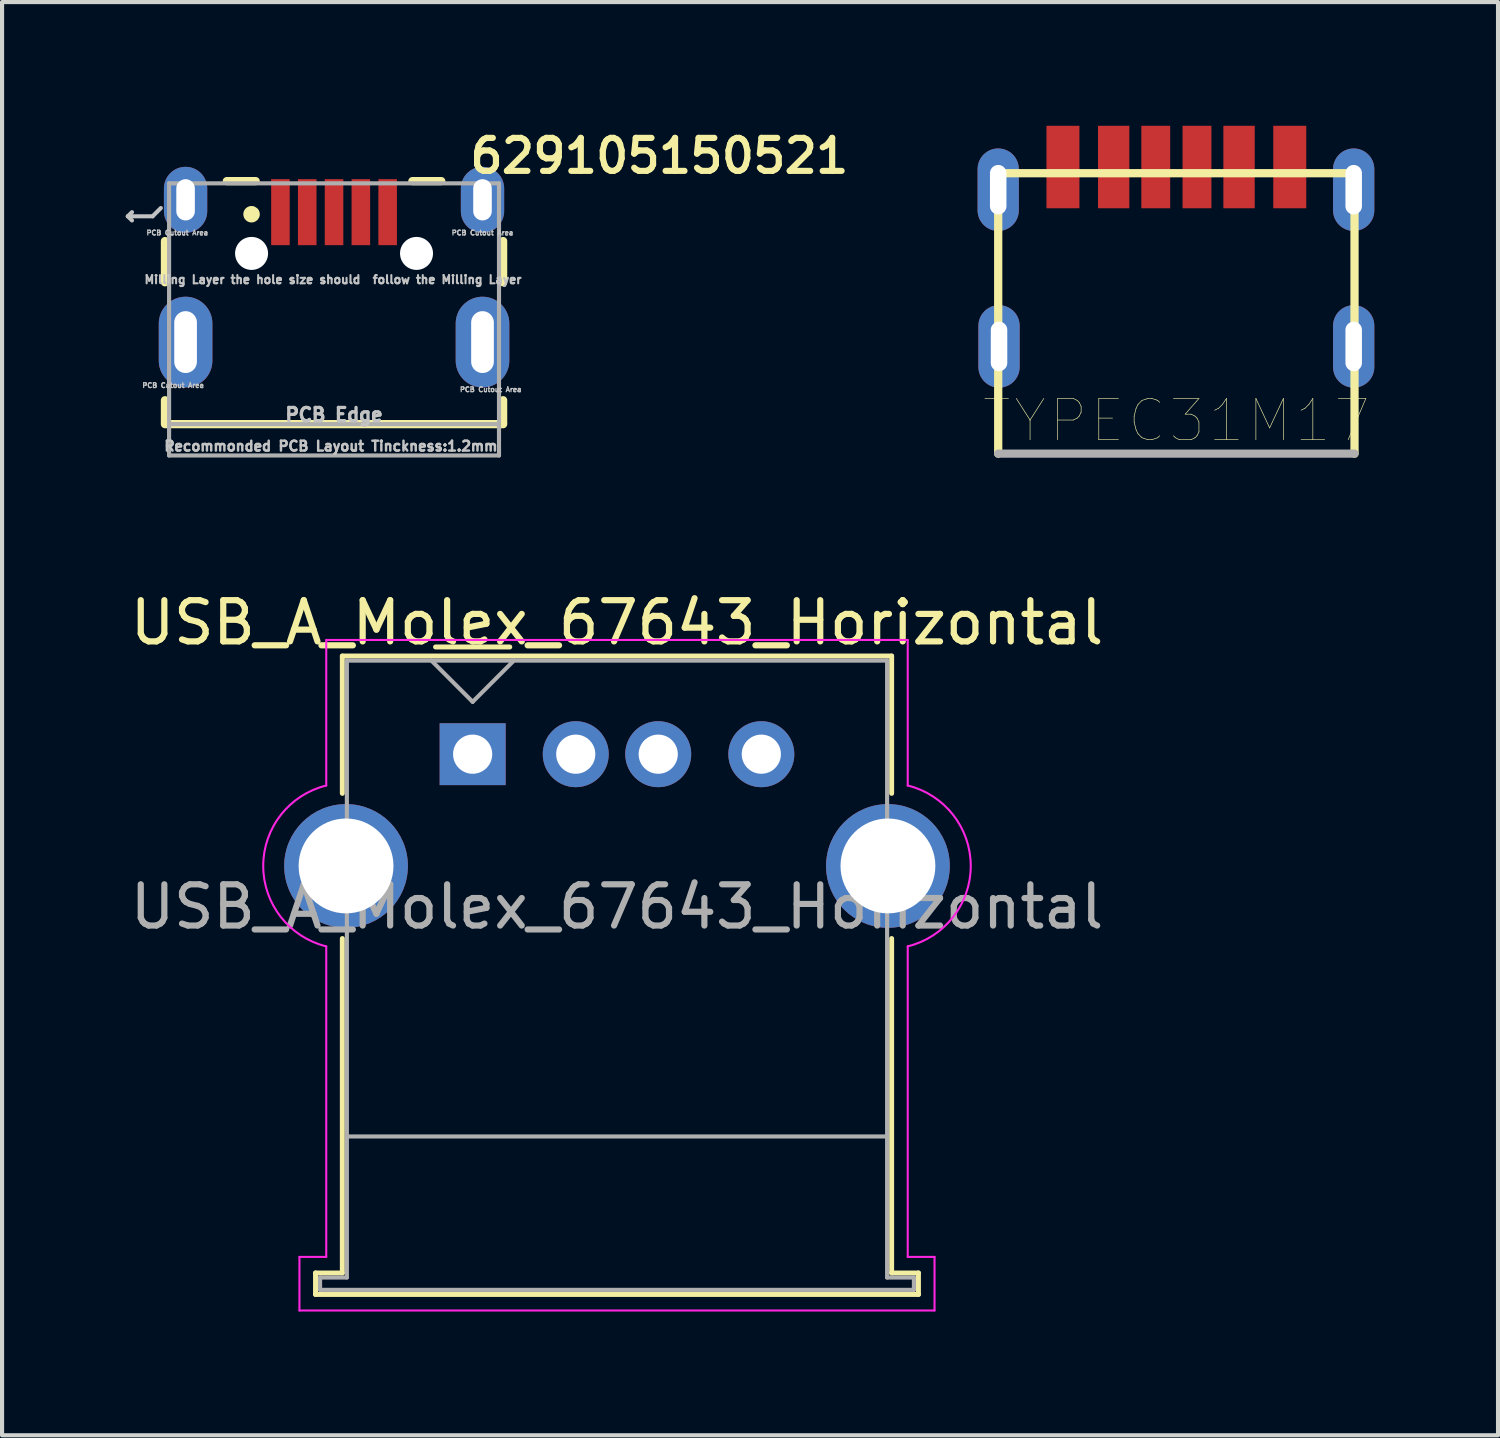
<source format=kicad_pcb>
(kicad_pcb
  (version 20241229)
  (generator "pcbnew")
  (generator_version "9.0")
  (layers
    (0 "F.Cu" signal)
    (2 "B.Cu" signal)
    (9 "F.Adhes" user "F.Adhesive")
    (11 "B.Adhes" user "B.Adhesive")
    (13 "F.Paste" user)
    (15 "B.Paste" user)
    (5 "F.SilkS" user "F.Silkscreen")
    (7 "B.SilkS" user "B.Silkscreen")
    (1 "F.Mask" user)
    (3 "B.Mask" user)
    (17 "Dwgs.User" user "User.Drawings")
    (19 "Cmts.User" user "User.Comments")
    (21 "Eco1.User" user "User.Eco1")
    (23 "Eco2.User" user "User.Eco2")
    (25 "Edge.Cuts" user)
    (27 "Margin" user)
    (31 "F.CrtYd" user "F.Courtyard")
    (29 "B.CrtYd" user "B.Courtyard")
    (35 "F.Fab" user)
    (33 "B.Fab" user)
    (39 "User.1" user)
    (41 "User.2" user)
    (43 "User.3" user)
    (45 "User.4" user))
  (footprint "TYPEC31M17"
    (layer "F.Cu")
    (at 25.475 7.95)
    (property "Reference" "TYPEC31M17" (at 0 -0.8 0) (layer "F.SilkS") (effects (font (size 1 1) (thickness 0.015))))
    (attr through_hole)
    (fp_line (start -4.32 -6.8) (end 4.32 -6.8) (stroke (width 0.2) (type solid)) (layer "F.SilkS"))
    (fp_line (start -4.32 0) (end -4.32 -6.8) (stroke (width 0.2) (type solid)) (layer "F.SilkS"))
    (fp_line (start -4.32 0) (end 4.32 0) (stroke (width 0.1) (type solid)) (layer "F.SilkS"))
    (fp_line (start 4.32 -6.8) (end 4.32 0) (stroke (width 0.2) (type solid)) (layer "F.SilkS"))
    (fp_line (start 4.32 0) (end -4.32 0) (stroke (width 0.2) (type solid)) (layer "F.Fab"))
    (pad "A5" smd rect (at -0.5 -6.95) (size 0.7 2) (layers "F.Cu" "F.Mask" "F.Paste"))
    (pad "A9" smd rect (at 1.52 -6.95) (size 0.76 2) (layers "F.Cu" "F.Mask" "F.Paste"))
    (pad "A12" smd rect (at 2.75 -6.95) (size 0.8 2) (layers "F.Cu" "F.Mask" "F.Paste"))
    (pad "B5" smd rect (at 0.5 -6.95) (size 0.7 2) (layers "F.Cu" "F.Mask" "F.Paste"))
    (pad "B9" smd rect (at -1.52 -6.95) (size 0.76 2) (layers "F.Cu" "F.Mask" "F.Paste"))
    (pad "B12" smd rect (at -2.75 -6.95) (size 0.8 2) (layers "F.Cu" "F.Mask" "F.Paste"))
    (pad "S1" thru_hole oval (at -4.32 -6.4) (size 1 2) (drill oval 0.4 1.2) (layers "*.Cu" "*.Mask"))
    (pad "S1" thru_hole oval (at -4.3 -2.6) (size 1 2) (drill oval 0.4 1.2) (layers "*.Cu" "*.Mask"))
    (pad "S1" thru_hole oval (at 4.3 -6.4) (size 1 2) (drill oval 0.4 1.2) (layers "*.Cu" "*.Mask"))
    (pad "S1" thru_hole oval (at 4.3 -2.6) (size 1 2) (drill oval 0.4 1.2) (layers "*.Cu" "*.Mask")))
  (footprint "629105150521"
    (layer "F.Cu")
    (at 5.05 4.695)
    (property "Reference" "629105150521" (at 7.888 -3.964 0) (layer "F.SilkS") (effects (font (size 0.8 0.8) (thickness 0.15))))
    (attr through_hole)
    (fp_line (start -4.1 -1.9) (end -4.1 -0.9) (stroke (width 0.2) (type solid)) (layer "F.SilkS"))
    (fp_line (start -4.1 1.96) (end -4.1 2.51) (stroke (width 0.2) (type solid)) (layer "F.SilkS"))
    (fp_line (start -4.1 2.54) (end 4.1 2.54) (stroke (width 0.2) (type solid)) (layer "F.SilkS"))
    (fp_line (start -2.6 -3.353) (end -1.9 -3.353) (stroke (width 0.2) (type solid)) (layer "F.SilkS"))
    (fp_line (start 1.9 -3.353) (end 2.6 -3.353) (stroke (width 0.2) (type solid)) (layer "F.SilkS"))
    (fp_line (start 4.1 -0.9) (end 4.1 -1.9) (stroke (width 0.2) (type solid)) (layer "F.SilkS"))
    (fp_line (start 4.1 2.51) (end 4.1 1.96) (stroke (width 0.2) (type solid)) (layer "F.SilkS"))
    (fp_circle (center -2 -2.55) (end -1.9 -2.55) (stroke (width 0.2) (type solid)) (fill no) (layer "F.SilkS"))
    (fp_line (start -5 -2.5) (end -4.9 -2.6) (stroke (width 0.1) (type solid)) (layer "Dwgs.User"))
    (fp_line (start -5 -2.5) (end -4.9 -2.4) (stroke (width 0.1) (type solid)) (layer "Dwgs.User"))
    (fp_line (start -5 -2.5) (end -4.4 -2.5) (stroke (width 0.1) (type solid)) (layer "Dwgs.User"))
    (fp_line (start -4.4 -2.5) (end -4.2 -2.7) (stroke (width 0.1) (type solid)) (layer "Dwgs.User"))
    (fp_line (start -4 -3.3) (end 4 -3.3) (stroke (width 0.1) (type solid)) (layer "F.Fab"))
    (fp_line (start -4 2.54) (end 4 2.54) (stroke (width 0.1) (type solid)) (layer "F.Fab"))
    (fp_line (start -4 2.7) (end -4 -3.3) (stroke (width 0.1) (type solid)) (layer "F.Fab"))
    (fp_line (start -4 3.3) (end -4 2.7) (stroke (width 0.1) (type solid)) (layer "F.Fab"))
    (fp_line (start -4 3.3) (end 4 3.3) (stroke (width 0.1) (type solid)) (layer "F.Fab"))
    (fp_line (start 4 2.7) (end 4 -3.3) (stroke (width 0.1) (type solid)) (layer "F.Fab"))
    (fp_line (start 4 3.3) (end 4 2.7) (stroke (width 0.1) (type solid)) (layer "F.Fab"))
    (fp_text user "PCB Cutout Area" (at 3.8 1.7 0) (layer "Dwgs.User") (effects (font (size 0.118 0.118) (thickness 0.15))))
    (fp_text user "PCB Cutout Area" (at -3.8 -2.1 0) (layer "Dwgs.User") (effects (font (size 0.118 0.118) (thickness 0.15))))
    (fp_text user "PCB Cutout Area" (at -3.9 1.6 0) (layer "Dwgs.User") (effects (font (size 0.118 0.118) (thickness 0.15))))
    (fp_text user "Recommonded PCB Layout Tinckness:1.2mm" (at -0.076 3.073 0) (layer "Dwgs.User") (effects (font (size 0.24 0.24) (thickness 0.15))))
    (fp_text user "Milling Layer the hole size should  follow the Milling Layer" (at -0.025 -0.965 0) (layer "Dwgs.User") (effects (font (size 0.2 0.2) (thickness 0.15))))
    (fp_text user "PCB Cutout Area" (at 3.6 -2.1 0) (layer "Dwgs.User") (effects (font (size 0.118 0.118) (thickness 0.15))))
    (fp_text user "PCB Edge" (at 0 2.311 0) (layer "Dwgs.User") (effects (font (size 0.32 0.32) (thickness 0.15))))
    (pad "" np_thru_hole circle (at -2 -1.6) (size 0.8 0.8) (drill 0.8) (layers "*.Cu" "*.Mask"))
    (pad "" np_thru_hole circle (at 2 -1.6) (size 0.8 0.8) (drill 0.8) (layers "*.Cu" "*.Mask"))
    (pad "1" smd rect (at -1.3 -2.6) (size 0.45 1.6) (layers "F.Cu" "F.Mask" "F.Paste"))
    (pad "2" smd rect (at -0.65 -2.6) (size 0.45 1.6) (layers "F.Cu" "F.Mask" "F.Paste"))
    (pad "3" smd rect (at 0 -2.6) (size 0.45 1.6) (layers "F.Cu" "F.Mask" "F.Paste"))
    (pad "4" smd rect (at 0.65 -2.6) (size 0.45 1.6) (layers "F.Cu" "F.Mask" "F.Paste"))
    (pad "5" smd rect (at 1.3 -2.6) (size 0.45 1.6) (layers "F.Cu" "F.Mask" "F.Paste"))
    (pad "S1" thru_hole oval (at -3.6 0.55) (size 1.3 2.2) (drill oval 0.55 1.5) (layers "*.Cu"))
    (pad "S2" thru_hole oval (at 3.6 0.55) (size 1.3 2.2) (drill oval 0.55 1.5) (layers "*.Cu"))
    (pad "S3" thru_hole oval (at 3.6 -2.9) (size 1.05 1.6) (drill oval 0.45 1) (layers "*.Cu"))
    (pad "S4" thru_hole oval (at -3.6 -2.9) (size 1.05 1.6) (drill oval 0.45 1) (layers "*.Cu")))
  (footprint "USB_A_Molex_67643_Horizontal"
    (layer "F.Cu")
    (at 8.411 15.238)
    (property "Reference" "USB_A_Molex_67643_Horizontal" (at 3.5 -3.19 0) (layer "F.SilkS") (effects (font (size 1 1) (thickness 0.15))))
    (attr through_hole)
    (fp_line (start -3.81 12.58) (end -3.81 13.1) (stroke (width 0.12) (type solid)) (layer "F.SilkS"))
    (fp_line (start -3.81 13.1) (end 10.81 13.1) (stroke (width 0.12) (type solid)) (layer "F.SilkS"))
    (fp_line (start -3.16 -2.38) (end -3.16 0.95) (stroke (width 0.12) (type solid)) (layer "F.SilkS"))
    (fp_line (start -3.16 -2.38) (end 10.16 -2.38) (stroke (width 0.12) (type solid)) (layer "F.SilkS"))
    (fp_line (start -3.16 12.58) (end -3.81 12.58) (stroke (width 0.12) (type solid)) (layer "F.SilkS"))
    (fp_line (start -3.16 12.58) (end -3.16 4.47) (stroke (width 0.12) (type solid)) (layer "F.SilkS"))
    (fp_line (start -0.9 -2.6) (end 0.9 -2.6) (stroke (width 0.12) (type solid)) (layer "F.SilkS"))
    (fp_line (start 10.16 -2.38) (end 10.16 0.95) (stroke (width 0.12) (type solid)) (layer "F.SilkS"))
    (fp_line (start 10.16 4.47) (end 10.16 12.58) (stroke (width 0.12) (type solid)) (layer "F.SilkS"))
    (fp_line (start 10.81 12.58) (end 10.16 12.58) (stroke (width 0.12) (type solid)) (layer "F.SilkS"))
    (fp_line (start 10.81 13.1) (end 10.81 12.58) (stroke (width 0.12) (type solid)) (layer "F.SilkS"))
    (fp_line (start -4.2 12.19) (end -3.55 12.19) (stroke (width 0.05) (type solid)) (layer "F.CrtYd"))
    (fp_line (start -4.2 13.49) (end -4.2 12.19) (stroke (width 0.05) (type solid)) (layer "F.CrtYd"))
    (fp_line (start -4.2 13.49) (end 11.2 13.49) (stroke (width 0.05) (type solid)) (layer "F.CrtYd"))
    (fp_line (start -3.55 -2.77) (end -3.55 0.76) (stroke (width 0.05) (type solid)) (layer "F.CrtYd"))
    (fp_line (start -3.55 -2.77) (end 10.55 -2.77) (stroke (width 0.05) (type solid)) (layer "F.CrtYd"))
    (fp_line (start -3.55 12.19) (end -3.55 4.66) (stroke (width 0.05) (type solid)) (layer "F.CrtYd"))
    (fp_line (start 10.55 -2.77) (end 10.55 0.76) (stroke (width 0.05) (type solid)) (layer "F.CrtYd"))
    (fp_line (start 10.55 12.19) (end 10.55 4.66) (stroke (width 0.05) (type solid)) (layer "F.CrtYd"))
    (fp_line (start 11.2 12.19) (end 10.55 12.19) (stroke (width 0.05) (type solid)) (layer "F.CrtYd"))
    (fp_line (start 11.2 13.49) (end 11.2 12.19) (stroke (width 0.05) (type solid)) (layer "F.CrtYd"))
    (fp_arc (start -3.55 4.66) (mid -5.078208 2.71) (end -3.55 0.76) (stroke (width 0.05) (type solid)) (layer "F.CrtYd"))
    (fp_arc (start 10.55 0.76) (mid 12.078208 2.71) (end 10.55 4.66) (stroke (width 0.05) (type solid)) (layer "F.CrtYd"))
    (fp_line (start -3.7 12.69) (end -3.7 12.99) (stroke (width 0.1) (type solid)) (layer "F.Fab"))
    (fp_line (start -3.7 12.99) (end 10.7 12.99) (stroke (width 0.1) (type solid)) (layer "F.Fab"))
    (fp_line (start -3.05 -2.27) (end 10.05 -2.27) (stroke (width 0.1) (type solid)) (layer "F.Fab"))
    (fp_line (start -3.05 9.27) (end 10.05 9.27) (stroke (width 0.1) (type solid)) (layer "F.Fab"))
    (fp_line (start -3.05 12.69) (end -3.7 12.69) (stroke (width 0.1) (type solid)) (layer "F.Fab"))
    (fp_line (start -3.05 12.69) (end -3.05 -2.27) (stroke (width 0.1) (type solid)) (layer "F.Fab"))
    (fp_line (start -1 -2.27) (end 0 -1.27) (stroke (width 0.1) (type solid)) (layer "F.Fab"))
    (fp_line (start 0 -1.27) (end 1 -2.27) (stroke (width 0.1) (type solid)) (layer "F.Fab"))
    (fp_line (start 10.05 -2.27) (end 10.05 12.69) (stroke (width 0.1) (type solid)) (layer "F.Fab"))
    (fp_line (start 10.7 12.69) (end 10.05 12.69) (stroke (width 0.1) (type solid)) (layer "F.Fab"))
    (fp_line (start 10.7 12.99) (end 10.7 12.69) (stroke (width 0.1) (type solid)) (layer "F.Fab"))
    (fp_text user "${REFERENCE}" (at 3.5 3.7 0) (layer "F.Fab") (effects (font (size 1 1) (thickness 0.15))))
    (pad "1" thru_hole rect (at 0 0) (size 1.6 1.5) (drill 0.95) (layers "*.Cu" "*.Mask"))
    (pad "2" thru_hole circle (at 2.5 0) (size 1.6 1.6) (drill 0.95) (layers "*.Cu" "*.Mask"))
    (pad "3" thru_hole circle (at 4.5 0) (size 1.6 1.6) (drill 0.95) (layers "*.Cu" "*.Mask"))
    (pad "4" thru_hole circle (at 7 0) (size 1.6 1.6) (drill 0.95) (layers "*.Cu" "*.Mask"))
    (pad "5" thru_hole circle (at -3.07 2.71) (size 3 3) (drill 2.3) (layers "*.Cu" "*.Mask"))
    (pad "5" thru_hole circle (at 10.07 2.71) (size 3 3) (drill 2.3) (layers "*.Cu" "*.Mask")))
  (gr_rect
    (start -3 -3)
    (end 33.275 31.753)
    (stroke (width 0.1) (type default))
    (fill no)
    (layer "Edge.Cuts")))
</source>
